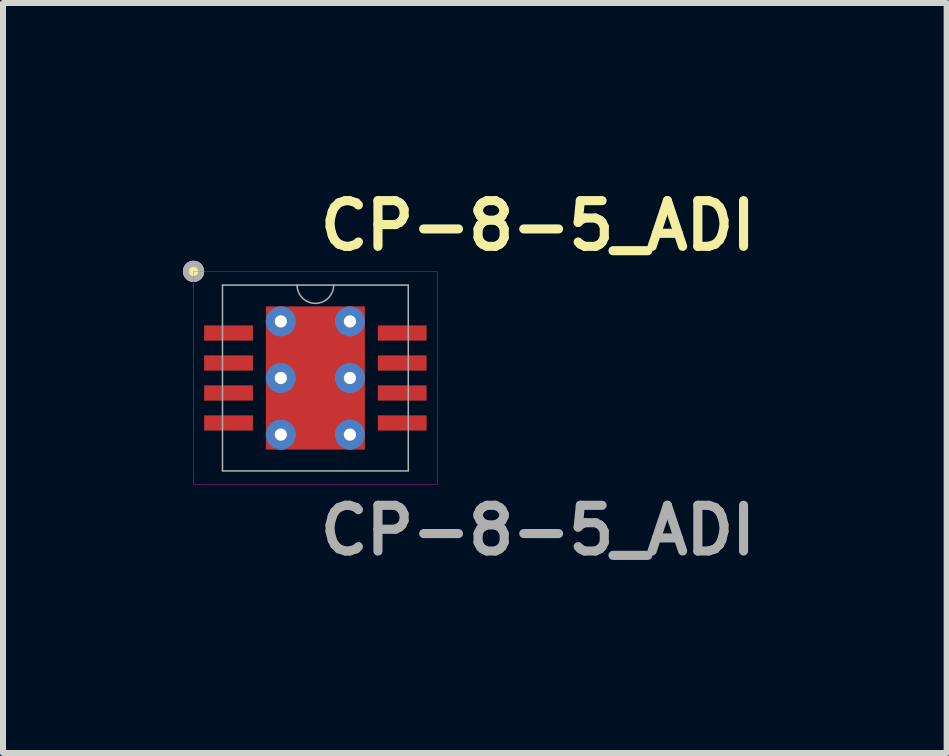
<source format=kicad_pcb>
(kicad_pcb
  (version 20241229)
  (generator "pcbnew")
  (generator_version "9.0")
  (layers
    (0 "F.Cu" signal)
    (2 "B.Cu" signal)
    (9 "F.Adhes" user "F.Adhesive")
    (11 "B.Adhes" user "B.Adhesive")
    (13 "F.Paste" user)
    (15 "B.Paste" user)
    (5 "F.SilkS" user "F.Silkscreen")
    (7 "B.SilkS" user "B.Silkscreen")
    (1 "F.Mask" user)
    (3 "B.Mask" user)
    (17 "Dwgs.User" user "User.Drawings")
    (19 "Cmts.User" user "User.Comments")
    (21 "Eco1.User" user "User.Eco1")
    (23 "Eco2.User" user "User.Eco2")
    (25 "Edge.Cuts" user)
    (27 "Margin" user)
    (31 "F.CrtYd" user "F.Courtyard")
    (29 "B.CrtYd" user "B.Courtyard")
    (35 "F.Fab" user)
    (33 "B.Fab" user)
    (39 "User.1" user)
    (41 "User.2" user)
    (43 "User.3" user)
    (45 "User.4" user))
  (footprint "CP-8-5_ADI"
    (layer "F.Cu")
    (at 2.209 3.253)
    (property "Reference" "CP-8-5_ADI" (at 0 -2.54 0) (unlocked yes) (layer "F.SilkS") (effects (font (size 0.762 0.762) (thickness 0.152) (bold yes)) (justify left)))
    (attr smd)
    (fp_circle (center -2.032 -1.778) (end -1.905 -1.778) (stroke (width 0.1) (type solid)) (fill yes) (layer "F.SilkS"))
    (fp_rect (start -2.032 -1.778) (end 2.032 1.778) (stroke (width 0.006) (type default)) (fill no) (layer "F.CrtYd"))
    (fp_line (start -1.549 -1.549) (end -1.549 1.549) (stroke (width 0.025) (type solid)) (layer "F.Fab"))
    (fp_line (start -1.549 1.549) (end 1.549 1.549) (stroke (width 0.025) (type solid)) (layer "F.Fab"))
    (fp_line (start 1.549 -1.549) (end -1.549 -1.549) (stroke (width 0.025) (type solid)) (layer "F.Fab"))
    (fp_line (start 1.549 1.549) (end 1.549 -1.549) (stroke (width 0.025) (type solid)) (layer "F.Fab"))
    (fp_arc (start 0.3048 -1.5494) (mid 0 -1.2446) (end -0.3048 -1.5494) (stroke (width 0.0254) (type solid)) (layer "F.Fab"))
    (fp_circle (center -2.032 -1.778) (end -1.905 -1.778) (stroke (width 0.1) (type solid)) (fill no) (layer "F.Fab"))
    (fp_text user "${REFERENCE}" (at 0 2.54 0) (unlocked yes) (layer "F.Fab") (effects (font (size 0.762 0.762) (thickness 0.152) (bold yes)) (justify left)))
    (pad "1" smd rect (at -1.448 -0.75) (size 0.813 0.254) (layers "F.Cu" "F.Mask" "F.Paste"))
    (pad "2" smd rect (at -1.448 -0.25) (size 0.813 0.254) (layers "F.Cu" "F.Mask" "F.Paste"))
    (pad "3" smd rect (at -1.448 0.25) (size 0.813 0.254) (layers "F.Cu" "F.Mask" "F.Paste"))
    (pad "4" smd rect (at -1.448 0.75) (size 0.813 0.254) (layers "F.Cu" "F.Mask" "F.Paste"))
    (pad "5" smd rect (at 1.448 0.75) (size 0.813 0.254) (layers "F.Cu" "F.Mask" "F.Paste"))
    (pad "6" smd rect (at 1.448 0.25) (size 0.813 0.254) (layers "F.Cu" "F.Mask" "F.Paste"))
    (pad "7" smd rect (at 1.448 -0.25) (size 0.813 0.254) (layers "F.Cu" "F.Mask" "F.Paste"))
    (pad "8" smd rect (at 1.448 -0.75) (size 0.813 0.254) (layers "F.Cu" "F.Mask" "F.Paste"))
    (pad "9" thru_hole circle (at -0.576 -0.944) (size 0.5 0.5) (drill 0.203) (layers "*.Cu" "*.Mask"))
    (pad "9" thru_hole circle (at -0.576 0) (size 0.5 0.5) (drill 0.203) (layers "*.Cu" "*.Mask"))
    (pad "9" thru_hole circle (at -0.576 0.944) (size 0.5 0.5) (drill 0.203) (layers "*.Cu" "*.Mask"))
    (pad "9" smd rect (at 0 0) (size 1.651 2.388) (layers "F.Cu" "F.Mask" "F.Paste"))
    (pad "9" thru_hole circle (at 0.576 -0.944) (size 0.5 0.5) (drill 0.203) (layers "*.Cu" "*.Mask"))
    (pad "9" thru_hole circle (at 0.576 0) (size 0.5 0.5) (drill 0.203) (layers "*.Cu" "*.Mask"))
    (pad "9" thru_hole circle (at 0.576 0.944) (size 0.5 0.5) (drill 0.203) (layers "*.Cu" "*.Mask")))
  (gr_rect
    (start -3 -3)
    (end 12.735 9.506)
    (stroke (width 0.1) (type default))
    (fill no)
    (layer "Edge.Cuts")))
</source>
